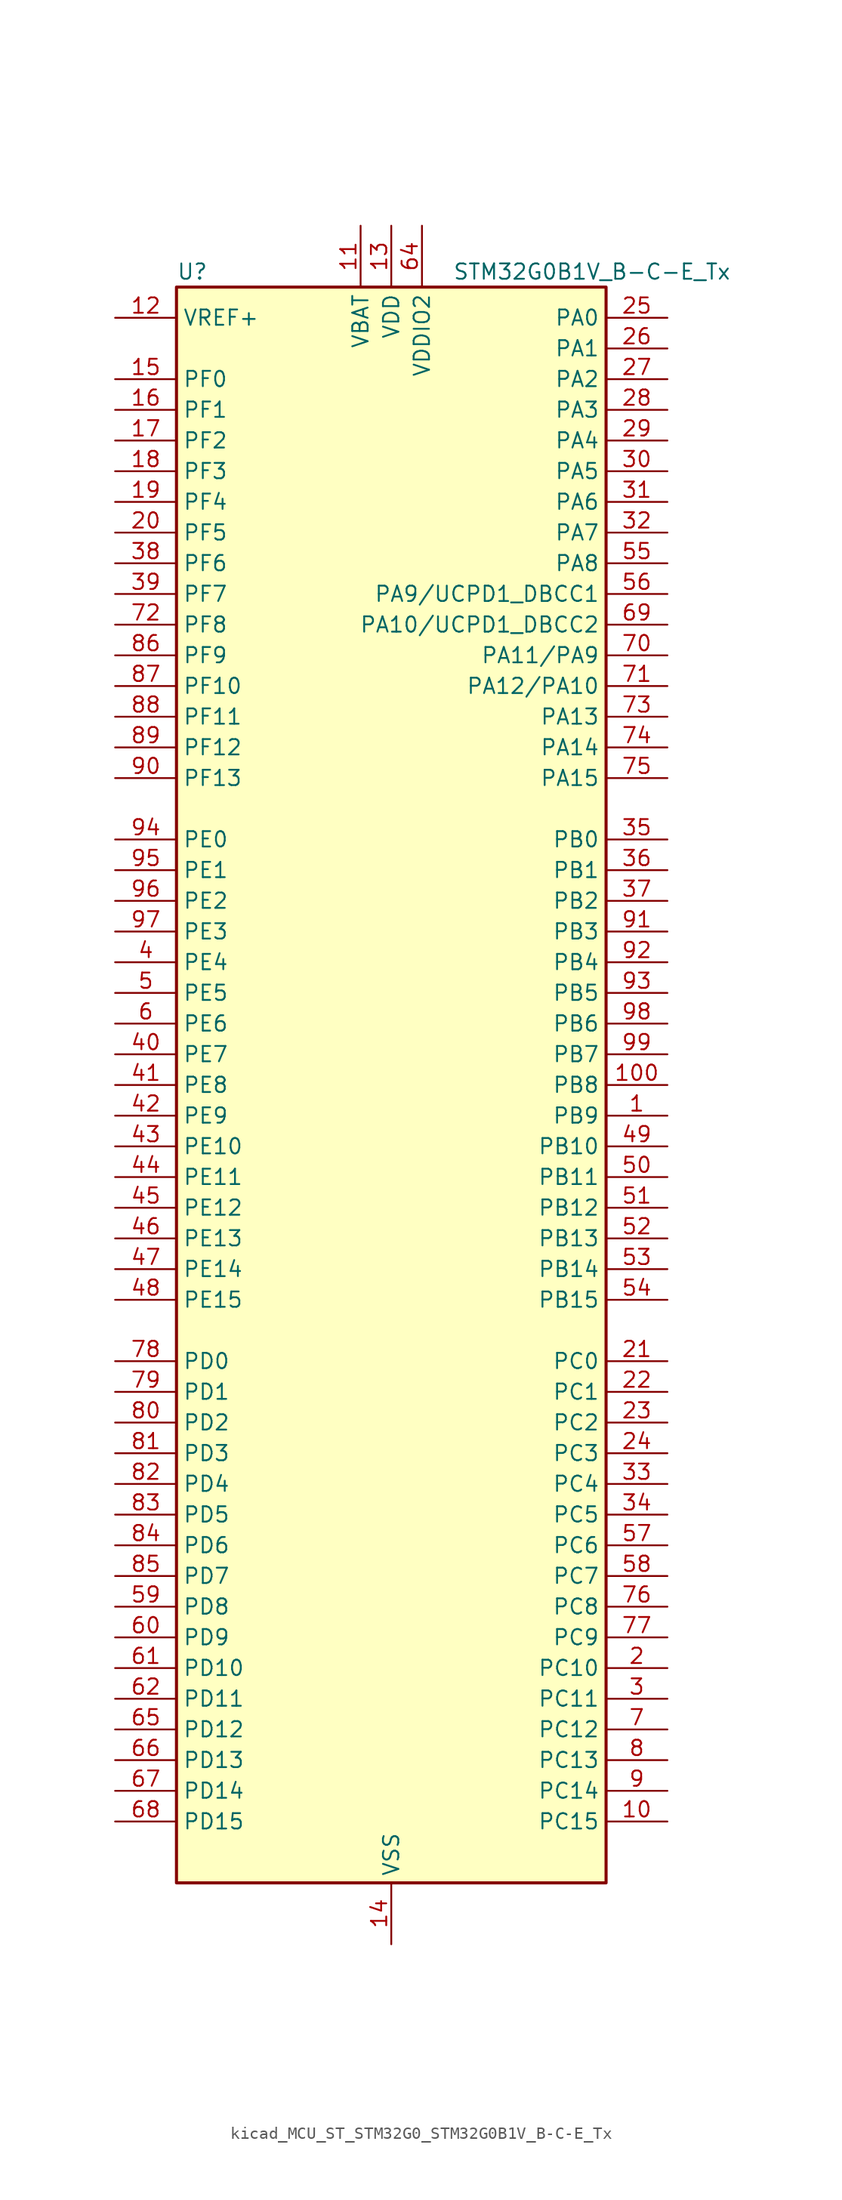
<source format=kicad_sym>
(kicad_symbol_lib
  (version 20220914)
  (generator kicad_symbol_editor)
  (symbol "kicad_MCU_ST_STM32G0_STM32G0B1V_B-C-E_Tx"
    (property "Reference" "U"
      (at -17.78 67.31 0)
      (effects (font (size 1.27 1.27)) (justify left)))
    (property "Value" "STM32G0B1V_B-C-E_Tx"
      (at 5.08 67.31 0)
      (effects (font (size 1.27 1.27)) (justify left)))
    (property "ki_locked" ""
      (at 0 0 0)
      (effects (font (size 1.27 1.27))))
    (symbol "kicad_MCU_ST_STM32G0_STM32G0B1V_B-C-E_Tx_0_1"
      (rectangle (start -17.78 -66.04) (end 17.78 66.04) (stroke (width 0.254) (type default)) (fill (type background))))
    (symbol "kicad_MCU_ST_STM32G0_STM32G0B1V_B-C-E_Tx_1_1"
      (pin bidirectional line (at 22.86 -2.54 180) (length 5.08) (name "PB9" (effects (font (size 1.27 1.27)))) (number "1" (effects (font (size 1.27 1.27)))) (alternate "DAC1_EXTI9" bidirectional line) (alternate "FDCAN1_TX" bidirectional line) (alternate "I2C1_SDA" bidirectional line) (alternate "I2S2_WS" bidirectional line) (alternate "IR_OUT" bidirectional line) (alternate "SPI2_NSS" bidirectional line) (alternate "TIM17_CH1" bidirectional line) (alternate "TIM4_CH4" bidirectional line) (alternate "UCPD2_FRSTX1" bidirectional line) (alternate "UCPD2_FRSTX2" bidirectional line) (alternate "USART3_RX" bidirectional line) (alternate "USART6_RX" bidirectional line))
      (pin bidirectional line (at 22.86 -60.96 180) (length 5.08) (name "PC15" (effects (font (size 1.27 1.27)))) (number "10" (effects (font (size 1.27 1.27)))) (alternate "RCC_OSC32_EN" bidirectional line) (alternate "RCC_OSC32_OUT" bidirectional line) (alternate "RCC_OSC_EN" bidirectional line) (alternate "TIM15_BK" bidirectional line))
      (pin bidirectional line (at 22.86 0 180) (length 5.08) (name "PB8" (effects (font (size 1.27 1.27)))) (number "100" (effects (font (size 1.27 1.27)))) (alternate "CEC" bidirectional line) (alternate "FDCAN1_RX" bidirectional line) (alternate "I2C1_SCL" bidirectional line) (alternate "I2S2_CK" bidirectional line) (alternate "SPI2_SCK" bidirectional line) (alternate "TIM15_BK" bidirectional line) (alternate "TIM16_CH1" bidirectional line) (alternate "TIM4_CH3" bidirectional line) (alternate "USART3_TX" bidirectional line) (alternate "USART6_TX" bidirectional line))
      (pin power_in line (at -2.54 71.12 270) (length 5.08) (name "VBAT" (effects (font (size 1.27 1.27)))) (number "11" (effects (font (size 1.27 1.27)))))
      (pin input line (at -22.86 63.5 0) (length 5.08) (name "VREF+" (effects (font (size 1.27 1.27)))) (number "12" (effects (font (size 1.27 1.27)))) (alternate "VREFBUF_OUT" bidirectional line))
      (pin power_in line (at 0 71.12 270) (length 5.08) (name "VDD" (effects (font (size 1.27 1.27)))) (number "13" (effects (font (size 1.27 1.27)))))
      (pin power_in line (at 0 -71.12 90) (length 5.08) (name "VSS" (effects (font (size 1.27 1.27)))) (number "14" (effects (font (size 1.27 1.27)))))
      (pin bidirectional line (at -22.86 58.42 0) (length 5.08) (name "PF0" (effects (font (size 1.27 1.27)))) (number "15" (effects (font (size 1.27 1.27)))) (alternate "CRS1_SYNC" bidirectional line) (alternate "RCC_OSC_IN" bidirectional line) (alternate "TIM14_CH1" bidirectional line))
      (pin bidirectional line (at -22.86 55.88 0) (length 5.08) (name "PF1" (effects (font (size 1.27 1.27)))) (number "16" (effects (font (size 1.27 1.27)))) (alternate "RCC_OSC_EN" bidirectional line) (alternate "RCC_OSC_OUT" bidirectional line) (alternate "TIM15_CH1N" bidirectional line))
      (pin bidirectional line (at -22.86 53.34 0) (length 5.08) (name "PF2" (effects (font (size 1.27 1.27)))) (number "17" (effects (font (size 1.27 1.27)))) (alternate "LPUART2_DE" bidirectional line) (alternate "LPUART2_RTS" bidirectional line) (alternate "LPUART2_TX" bidirectional line) (alternate "RCC_MCO" bidirectional line))
      (pin bidirectional line (at -22.86 50.8 0) (length 5.08) (name "PF3" (effects (font (size 1.27 1.27)))) (number "18" (effects (font (size 1.27 1.27)))) (alternate "LPUART2_RX" bidirectional line) (alternate "USART6_CK" bidirectional line) (alternate "USART6_DE" bidirectional line) (alternate "USART6_RTS" bidirectional line))
      (pin bidirectional line (at -22.86 48.26 0) (length 5.08) (name "PF4" (effects (font (size 1.27 1.27)))) (number "19" (effects (font (size 1.27 1.27)))) (alternate "LPUART1_TX" bidirectional line))
      (pin bidirectional line (at 22.86 -48.26 180) (length 5.08) (name "PC10" (effects (font (size 1.27 1.27)))) (number "2" (effects (font (size 1.27 1.27)))) (alternate "SPI3_SCK" bidirectional line) (alternate "TIM1_CH3" bidirectional line) (alternate "USART3_TX" bidirectional line) (alternate "USART4_TX" bidirectional line))
      (pin bidirectional line (at -22.86 45.72 0) (length 5.08) (name "PF5" (effects (font (size 1.27 1.27)))) (number "20" (effects (font (size 1.27 1.27)))) (alternate "LPUART1_RX" bidirectional line))
      (pin bidirectional line (at 22.86 -22.86 180) (length 5.08) (name "PC0" (effects (font (size 1.27 1.27)))) (number "21" (effects (font (size 1.27 1.27)))) (alternate "COMP3_INM" bidirectional line) (alternate "COMP3_OUT" bidirectional line) (alternate "I2C3_SCL" bidirectional line) (alternate "LPTIM1_IN1" bidirectional line) (alternate "LPTIM2_IN1" bidirectional line) (alternate "LPUART1_RX" bidirectional line) (alternate "LPUART2_TX" bidirectional line) (alternate "USART6_TX" bidirectional line))
      (pin bidirectional line (at 22.86 -25.4 180) (length 5.08) (name "PC1" (effects (font (size 1.27 1.27)))) (number "22" (effects (font (size 1.27 1.27)))) (alternate "COMP3_INP" bidirectional line) (alternate "I2C3_SDA" bidirectional line) (alternate "LPTIM1_OUT" bidirectional line) (alternate "LPUART1_TX" bidirectional line) (alternate "LPUART2_RX" bidirectional line) (alternate "TIM15_CH1" bidirectional line) (alternate "USART6_RX" bidirectional line))
      (pin bidirectional line (at 22.86 -27.94 180) (length 5.08) (name "PC2" (effects (font (size 1.27 1.27)))) (number "23" (effects (font (size 1.27 1.27)))) (alternate "COMP3_OUT" bidirectional line) (alternate "FDCAN2_RX" bidirectional line) (alternate "I2S2_MCK" bidirectional line) (alternate "LPTIM1_IN2" bidirectional line) (alternate "SPI2_MISO" bidirectional line) (alternate "TIM15_CH2" bidirectional line))
      (pin bidirectional line (at 22.86 -30.48 180) (length 5.08) (name "PC3" (effects (font (size 1.27 1.27)))) (number "24" (effects (font (size 1.27 1.27)))) (alternate "FDCAN2_TX" bidirectional line) (alternate "I2S2_SD" bidirectional line) (alternate "LPTIM1_ETR" bidirectional line) (alternate "LPTIM2_ETR" bidirectional line) (alternate "SPI2_MOSI" bidirectional line))
      (pin bidirectional line (at 22.86 63.5 180) (length 5.08) (name "PA0" (effects (font (size 1.27 1.27)))) (number "25" (effects (font (size 1.27 1.27)))) (alternate "ADC1_IN0" bidirectional line) (alternate "COMP1_INM" bidirectional line) (alternate "COMP1_OUT" bidirectional line) (alternate "I2S2_CK" bidirectional line) (alternate "LPTIM1_OUT" bidirectional line) (alternate "RTC_TAMP_IN2" bidirectional line) (alternate "SPI2_SCK" bidirectional line) (alternate "SYS_WKUP1" bidirectional line) (alternate "TIM2_CH1" bidirectional line) (alternate "TIM2_ETR" bidirectional line) (alternate "UCPD2_FRSTX1" bidirectional line) (alternate "UCPD2_FRSTX2" bidirectional line) (alternate "USART2_CTS" bidirectional line) (alternate "USART2_NSS" bidirectional line) (alternate "USART4_TX" bidirectional line))
      (pin bidirectional line (at 22.86 60.96 180) (length 5.08) (name "PA1" (effects (font (size 1.27 1.27)))) (number "26" (effects (font (size 1.27 1.27)))) (alternate "ADC1_IN1" bidirectional line) (alternate "COMP1_INP" bidirectional line) (alternate "I2C1_SMBA" bidirectional line) (alternate "I2S1_CK" bidirectional line) (alternate "SPI1_SCK" bidirectional line) (alternate "TIM15_CH1N" bidirectional line) (alternate "TIM2_CH2" bidirectional line) (alternate "USART2_CK" bidirectional line) (alternate "USART2_DE" bidirectional line) (alternate "USART2_RTS" bidirectional line) (alternate "USART4_RX" bidirectional line))
      (pin bidirectional line (at 22.86 58.42 180) (length 5.08) (name "PA2" (effects (font (size 1.27 1.27)))) (number "27" (effects (font (size 1.27 1.27)))) (alternate "ADC1_IN2" bidirectional line) (alternate "COMP2_INM" bidirectional line) (alternate "COMP2_OUT" bidirectional line) (alternate "I2S1_SD" bidirectional line) (alternate "LPUART1_TX" bidirectional line) (alternate "RCC_LSCO" bidirectional line) (alternate "SPI1_MOSI" bidirectional line) (alternate "SYS_WKUP4" bidirectional line) (alternate "TIM15_CH1" bidirectional line) (alternate "TIM2_CH3" bidirectional line) (alternate "UCPD1_FRSTX1" bidirectional line) (alternate "UCPD1_FRSTX2" bidirectional line) (alternate "USART2_TX" bidirectional line))
      (pin bidirectional line (at 22.86 55.88 180) (length 5.08) (name "PA3" (effects (font (size 1.27 1.27)))) (number "28" (effects (font (size 1.27 1.27)))) (alternate "ADC1_IN3" bidirectional line) (alternate "COMP2_INP" bidirectional line) (alternate "I2S2_MCK" bidirectional line) (alternate "LPUART1_RX" bidirectional line) (alternate "SPI2_MISO" bidirectional line) (alternate "TIM15_CH2" bidirectional line) (alternate "TIM2_CH4" bidirectional line) (alternate "UCPD2_FRSTX1" bidirectional line) (alternate "UCPD2_FRSTX2" bidirectional line) (alternate "USART2_RX" bidirectional line))
      (pin bidirectional line (at 22.86 53.34 180) (length 5.08) (name "PA4" (effects (font (size 1.27 1.27)))) (number "29" (effects (font (size 1.27 1.27)))) (alternate "ADC1_IN4" bidirectional line) (alternate "DAC1_OUT1" bidirectional line) (alternate "I2S1_WS" bidirectional line) (alternate "I2S2_SD" bidirectional line) (alternate "LPTIM2_OUT" bidirectional line) (alternate "RTC_OUT2" bidirectional line) (alternate "SPI1_NSS" bidirectional line) (alternate "SPI2_MOSI" bidirectional line) (alternate "SPI3_NSS" bidirectional line) (alternate "TIM14_CH1" bidirectional line) (alternate "UCPD2_FRSTX1" bidirectional line) (alternate "UCPD2_FRSTX2" bidirectional line) (alternate "USART6_TX" bidirectional line) (alternate "USB_NOE" bidirectional line))
      (pin bidirectional line (at 22.86 -50.8 180) (length 5.08) (name "PC11" (effects (font (size 1.27 1.27)))) (number "3" (effects (font (size 1.27 1.27)))) (alternate "ADC1_EXTI11" bidirectional line) (alternate "SPI3_MISO" bidirectional line) (alternate "TIM1_CH4" bidirectional line) (alternate "USART3_RX" bidirectional line) (alternate "USART4_RX" bidirectional line))
      (pin bidirectional line (at 22.86 50.8 180) (length 5.08) (name "PA5" (effects (font (size 1.27 1.27)))) (number "30" (effects (font (size 1.27 1.27)))) (alternate "ADC1_IN5" bidirectional line) (alternate "CEC" bidirectional line) (alternate "DAC1_OUT2" bidirectional line) (alternate "I2S1_CK" bidirectional line) (alternate "LPTIM2_ETR" bidirectional line) (alternate "SPI1_SCK" bidirectional line) (alternate "TIM2_CH1" bidirectional line) (alternate "TIM2_ETR" bidirectional line) (alternate "UCPD1_FRSTX1" bidirectional line) (alternate "UCPD1_FRSTX2" bidirectional line) (alternate "USART3_TX" bidirectional line) (alternate "USART6_RX" bidirectional line))
      (pin bidirectional line (at 22.86 48.26 180) (length 5.08) (name "PA6" (effects (font (size 1.27 1.27)))) (number "31" (effects (font (size 1.27 1.27)))) (alternate "ADC1_IN6" bidirectional line) (alternate "COMP1_OUT" bidirectional line) (alternate "I2C2_SDA" bidirectional line) (alternate "I2C3_SDA" bidirectional line) (alternate "I2S1_MCK" bidirectional line) (alternate "LPUART1_CTS" bidirectional line) (alternate "SPI1_MISO" bidirectional line) (alternate "TIM16_CH1" bidirectional line) (alternate "TIM1_BK" bidirectional line) (alternate "TIM3_CH1" bidirectional line) (alternate "USART3_CTS" bidirectional line) (alternate "USART3_NSS" bidirectional line) (alternate "USART6_CTS" bidirectional line) (alternate "USART6_NSS" bidirectional line))
      (pin bidirectional line (at 22.86 45.72 180) (length 5.08) (name "PA7" (effects (font (size 1.27 1.27)))) (number "32" (effects (font (size 1.27 1.27)))) (alternate "ADC1_IN7" bidirectional line) (alternate "COMP2_OUT" bidirectional line) (alternate "I2C2_SCL" bidirectional line) (alternate "I2C3_SCL" bidirectional line) (alternate "I2S1_SD" bidirectional line) (alternate "SPI1_MOSI" bidirectional line) (alternate "TIM14_CH1" bidirectional line) (alternate "TIM17_CH1" bidirectional line) (alternate "TIM1_CH1N" bidirectional line) (alternate "TIM3_CH2" bidirectional line) (alternate "UCPD1_FRSTX1" bidirectional line) (alternate "UCPD1_FRSTX2" bidirectional line) (alternate "USART6_CK" bidirectional line) (alternate "USART6_DE" bidirectional line) (alternate "USART6_RTS" bidirectional line))
      (pin bidirectional line (at 22.86 -33.02 180) (length 5.08) (name "PC4" (effects (font (size 1.27 1.27)))) (number "33" (effects (font (size 1.27 1.27)))) (alternate "ADC1_IN17" bidirectional line) (alternate "COMP1_INM" bidirectional line) (alternate "FDCAN1_RX" bidirectional line) (alternate "TIM2_CH1" bidirectional line) (alternate "TIM2_ETR" bidirectional line) (alternate "USART1_TX" bidirectional line) (alternate "USART3_TX" bidirectional line))
      (pin bidirectional line (at 22.86 -35.56 180) (length 5.08) (name "PC5" (effects (font (size 1.27 1.27)))) (number "34" (effects (font (size 1.27 1.27)))) (alternate "ADC1_IN18" bidirectional line) (alternate "COMP1_INP" bidirectional line) (alternate "FDCAN1_TX" bidirectional line) (alternate "SYS_WKUP5" bidirectional line) (alternate "TIM2_CH2" bidirectional line) (alternate "USART1_RX" bidirectional line) (alternate "USART3_RX" bidirectional line))
      (pin bidirectional line (at 22.86 20.32 180) (length 5.08) (name "PB0" (effects (font (size 1.27 1.27)))) (number "35" (effects (font (size 1.27 1.27)))) (alternate "ADC1_IN8" bidirectional line) (alternate "COMP1_OUT" bidirectional line) (alternate "COMP3_INP" bidirectional line) (alternate "FDCAN2_RX" bidirectional line) (alternate "I2S1_WS" bidirectional line) (alternate "LPTIM1_OUT" bidirectional line) (alternate "LPUART2_CTS" bidirectional line) (alternate "SPI1_NSS" bidirectional line) (alternate "TIM1_CH2N" bidirectional line) (alternate "TIM3_CH3" bidirectional line) (alternate "UCPD1_FRSTX1" bidirectional line) (alternate "UCPD1_FRSTX2" bidirectional line) (alternate "USART3_RX" bidirectional line) (alternate "USART5_TX" bidirectional line))
      (pin bidirectional line (at 22.86 17.78 180) (length 5.08) (name "PB1" (effects (font (size 1.27 1.27)))) (number "36" (effects (font (size 1.27 1.27)))) (alternate "ADC1_IN9" bidirectional line) (alternate "COMP1_INM" bidirectional line) (alternate "COMP3_OUT" bidirectional line) (alternate "FDCAN2_TX" bidirectional line) (alternate "LPTIM2_IN1" bidirectional line) (alternate "LPUART1_DE" bidirectional line) (alternate "LPUART1_RTS" bidirectional line) (alternate "LPUART2_DE" bidirectional line) (alternate "LPUART2_RTS" bidirectional line) (alternate "TIM14_CH1" bidirectional line) (alternate "TIM1_CH3N" bidirectional line) (alternate "TIM3_CH4" bidirectional line) (alternate "USART3_CK" bidirectional line) (alternate "USART3_DE" bidirectional line) (alternate "USART3_RTS" bidirectional line) (alternate "USART5_RX" bidirectional line))
      (pin bidirectional line (at 22.86 15.24 180) (length 5.08) (name "PB2" (effects (font (size 1.27 1.27)))) (number "37" (effects (font (size 1.27 1.27)))) (alternate "ADC1_IN10" bidirectional line) (alternate "COMP1_INP" bidirectional line) (alternate "COMP3_INM" bidirectional line) (alternate "I2S2_MCK" bidirectional line) (alternate "LPTIM1_OUT" bidirectional line) (alternate "RCC_MCO_2" bidirectional line) (alternate "SPI2_MISO" bidirectional line) (alternate "USART3_TX" bidirectional line))
      (pin bidirectional line (at -22.86 43.18 0) (length 5.08) (name "PF6" (effects (font (size 1.27 1.27)))) (number "38" (effects (font (size 1.27 1.27)))) (alternate "LPUART1_DE" bidirectional line) (alternate "LPUART1_RTS" bidirectional line))
      (pin bidirectional line (at -22.86 40.64 0) (length 5.08) (name "PF7" (effects (font (size 1.27 1.27)))) (number "39" (effects (font (size 1.27 1.27)))) (alternate "LPUART1_CTS" bidirectional line) (alternate "USART5_CTS" bidirectional line) (alternate "USART5_NSS" bidirectional line))
      (pin bidirectional line (at -22.86 10.16 0) (length 5.08) (name "PE4" (effects (font (size 1.27 1.27)))) (number "4" (effects (font (size 1.27 1.27)))) (alternate "TIM3_CH2" bidirectional line))
      (pin bidirectional line (at -22.86 2.54 0) (length 5.08) (name "PE7" (effects (font (size 1.27 1.27)))) (number "40" (effects (font (size 1.27 1.27)))) (alternate "COMP3_INP" bidirectional line) (alternate "TIM1_ETR" bidirectional line) (alternate "USART5_CK" bidirectional line) (alternate "USART5_DE" bidirectional line) (alternate "USART5_RTS" bidirectional line))
      (pin bidirectional line (at -22.86 0 0) (length 5.08) (name "PE8" (effects (font (size 1.27 1.27)))) (number "41" (effects (font (size 1.27 1.27)))) (alternate "COMP3_INM" bidirectional line) (alternate "TIM1_CH1N" bidirectional line) (alternate "USART4_TX" bidirectional line))
      (pin bidirectional line (at -22.86 -2.54 0) (length 5.08) (name "PE9" (effects (font (size 1.27 1.27)))) (number "42" (effects (font (size 1.27 1.27)))) (alternate "DAC1_EXTI9" bidirectional line) (alternate "TIM1_CH1" bidirectional line) (alternate "USART4_RX" bidirectional line))
      (pin bidirectional line (at -22.86 -5.08 0) (length 5.08) (name "PE10" (effects (font (size 1.27 1.27)))) (number "43" (effects (font (size 1.27 1.27)))) (alternate "TIM1_CH2N" bidirectional line) (alternate "USART5_TX" bidirectional line))
      (pin bidirectional line (at -22.86 -7.62 0) (length 5.08) (name "PE11" (effects (font (size 1.27 1.27)))) (number "44" (effects (font (size 1.27 1.27)))) (alternate "ADC1_EXTI11" bidirectional line) (alternate "TIM1_CH2" bidirectional line) (alternate "USART5_RX" bidirectional line))
      (pin bidirectional line (at -22.86 -10.16 0) (length 5.08) (name "PE12" (effects (font (size 1.27 1.27)))) (number "45" (effects (font (size 1.27 1.27)))) (alternate "I2S1_WS" bidirectional line) (alternate "SPI1_NSS" bidirectional line) (alternate "TIM1_CH3N" bidirectional line))
      (pin bidirectional line (at -22.86 -12.7 0) (length 5.08) (name "PE13" (effects (font (size 1.27 1.27)))) (number "46" (effects (font (size 1.27 1.27)))) (alternate "I2S1_CK" bidirectional line) (alternate "SPI1_SCK" bidirectional line) (alternate "TIM1_CH3" bidirectional line))
      (pin bidirectional line (at -22.86 -15.24 0) (length 5.08) (name "PE14" (effects (font (size 1.27 1.27)))) (number "47" (effects (font (size 1.27 1.27)))) (alternate "I2S1_MCK" bidirectional line) (alternate "SPI1_MISO" bidirectional line) (alternate "TIM1_BK2" bidirectional line) (alternate "TIM1_CH4" bidirectional line))
      (pin bidirectional line (at -22.86 -17.78 0) (length 5.08) (name "PE15" (effects (font (size 1.27 1.27)))) (number "48" (effects (font (size 1.27 1.27)))) (alternate "I2S1_SD" bidirectional line) (alternate "SPI1_MOSI" bidirectional line) (alternate "TIM1_BK" bidirectional line))
      (pin bidirectional line (at 22.86 -5.08 180) (length 5.08) (name "PB10" (effects (font (size 1.27 1.27)))) (number "49" (effects (font (size 1.27 1.27)))) (alternate "ADC1_IN11" bidirectional line) (alternate "CEC" bidirectional line) (alternate "COMP1_OUT" bidirectional line) (alternate "I2C2_SCL" bidirectional line) (alternate "I2S2_CK" bidirectional line) (alternate "LPUART1_RX" bidirectional line) (alternate "SPI2_SCK" bidirectional line) (alternate "TIM2_CH3" bidirectional line) (alternate "USART3_TX" bidirectional line))
      (pin bidirectional line (at -22.86 7.62 0) (length 5.08) (name "PE5" (effects (font (size 1.27 1.27)))) (number "5" (effects (font (size 1.27 1.27)))) (alternate "TIM3_CH3" bidirectional line))
      (pin bidirectional line (at 22.86 -7.62 180) (length 5.08) (name "PB11" (effects (font (size 1.27 1.27)))) (number "50" (effects (font (size 1.27 1.27)))) (alternate "ADC1_EXTI11" bidirectional line) (alternate "ADC1_IN15" bidirectional line) (alternate "COMP2_OUT" bidirectional line) (alternate "I2C2_SDA" bidirectional line) (alternate "I2S2_SD" bidirectional line) (alternate "LPUART1_TX" bidirectional line) (alternate "SPI2_MOSI" bidirectional line) (alternate "TIM2_CH4" bidirectional line) (alternate "USART3_RX" bidirectional line))
      (pin bidirectional line (at 22.86 -10.16 180) (length 5.08) (name "PB12" (effects (font (size 1.27 1.27)))) (number "51" (effects (font (size 1.27 1.27)))) (alternate "ADC1_IN16" bidirectional line) (alternate "FDCAN2_RX" bidirectional line) (alternate "I2C2_SMBA" bidirectional line) (alternate "I2S2_WS" bidirectional line) (alternate "LPUART1_DE" bidirectional line) (alternate "LPUART1_RTS" bidirectional line) (alternate "SPI2_NSS" bidirectional line) (alternate "TIM15_BK" bidirectional line) (alternate "TIM1_BK" bidirectional line) (alternate "UCPD2_FRSTX1" bidirectional line) (alternate "UCPD2_FRSTX2" bidirectional line))
      (pin bidirectional line (at 22.86 -12.7 180) (length 5.08) (name "PB13" (effects (font (size 1.27 1.27)))) (number "52" (effects (font (size 1.27 1.27)))) (alternate "FDCAN2_TX" bidirectional line) (alternate "I2C2_SCL" bidirectional line) (alternate "I2S2_CK" bidirectional line) (alternate "LPUART1_CTS" bidirectional line) (alternate "SPI2_SCK" bidirectional line) (alternate "TIM15_CH1N" bidirectional line) (alternate "TIM1_CH1N" bidirectional line) (alternate "USART3_CTS" bidirectional line) (alternate "USART3_NSS" bidirectional line))
      (pin bidirectional line (at 22.86 -15.24 180) (length 5.08) (name "PB14" (effects (font (size 1.27 1.27)))) (number "53" (effects (font (size 1.27 1.27)))) (alternate "I2C2_SDA" bidirectional line) (alternate "I2S2_MCK" bidirectional line) (alternate "SPI2_MISO" bidirectional line) (alternate "TIM15_CH1" bidirectional line) (alternate "TIM1_CH2N" bidirectional line) (alternate "UCPD1_FRSTX1" bidirectional line) (alternate "UCPD1_FRSTX2" bidirectional line) (alternate "USART3_CK" bidirectional line) (alternate "USART3_DE" bidirectional line) (alternate "USART3_RTS" bidirectional line) (alternate "USART6_CK" bidirectional line) (alternate "USART6_DE" bidirectional line) (alternate "USART6_RTS" bidirectional line))
      (pin bidirectional line (at 22.86 -17.78 180) (length 5.08) (name "PB15" (effects (font (size 1.27 1.27)))) (number "54" (effects (font (size 1.27 1.27)))) (alternate "I2S2_SD" bidirectional line) (alternate "RTC_REFIN" bidirectional line) (alternate "SPI2_MOSI" bidirectional line) (alternate "TIM15_CH1N" bidirectional line) (alternate "TIM15_CH2" bidirectional line) (alternate "TIM1_CH3N" bidirectional line) (alternate "UCPD1_CC2" bidirectional line) (alternate "USART6_CTS" bidirectional line) (alternate "USART6_NSS" bidirectional line))
      (pin bidirectional line (at 22.86 43.18 180) (length 5.08) (name "PA8" (effects (font (size 1.27 1.27)))) (number "55" (effects (font (size 1.27 1.27)))) (alternate "CRS1_SYNC" bidirectional line) (alternate "I2C2_SMBA" bidirectional line) (alternate "I2S2_WS" bidirectional line) (alternate "LPTIM2_OUT" bidirectional line) (alternate "RCC_MCO" bidirectional line) (alternate "SPI2_NSS" bidirectional line) (alternate "TIM1_CH1" bidirectional line) (alternate "UCPD1_CC1" bidirectional line))
      (pin bidirectional line (at 22.86 40.64 180) (length 5.08) (name "PA9/UCPD1_DBCC1" (effects (font (size 1.27 1.27)))) (number "56" (effects (font (size 1.27 1.27)))) (alternate "DAC1_EXTI9" bidirectional line) (alternate "I2C1_SCL" bidirectional line) (alternate "I2C2_SCL" bidirectional line) (alternate "I2S2_MCK" bidirectional line) (alternate "RCC_MCO" bidirectional line) (alternate "SPI2_MISO" bidirectional line) (alternate "TIM15_BK" bidirectional line) (alternate "TIM1_CH2" bidirectional line) (alternate "UCPD1_DBCC1" bidirectional line) (alternate "USART1_TX" bidirectional line))
      (pin bidirectional line (at 22.86 -38.1 180) (length 5.08) (name "PC6" (effects (font (size 1.27 1.27)))) (number "57" (effects (font (size 1.27 1.27)))) (alternate "LPUART2_TX" bidirectional line) (alternate "TIM2_CH3" bidirectional line) (alternate "TIM3_CH1" bidirectional line) (alternate "UCPD1_FRSTX1" bidirectional line) (alternate "UCPD1_FRSTX2" bidirectional line))
      (pin bidirectional line (at 22.86 -40.64 180) (length 5.08) (name "PC7" (effects (font (size 1.27 1.27)))) (number "58" (effects (font (size 1.27 1.27)))) (alternate "LPUART2_RX" bidirectional line) (alternate "TIM2_CH4" bidirectional line) (alternate "TIM3_CH2" bidirectional line) (alternate "UCPD2_FRSTX1" bidirectional line) (alternate "UCPD2_FRSTX2" bidirectional line))
      (pin bidirectional line (at -22.86 -43.18 0) (length 5.08) (name "PD8" (effects (font (size 1.27 1.27)))) (number "59" (effects (font (size 1.27 1.27)))) (alternate "I2S1_CK" bidirectional line) (alternate "LPTIM1_OUT" bidirectional line) (alternate "SPI1_SCK" bidirectional line) (alternate "USART3_TX" bidirectional line))
      (pin bidirectional line (at -22.86 5.08 0) (length 5.08) (name "PE6" (effects (font (size 1.27 1.27)))) (number "6" (effects (font (size 1.27 1.27)))) (alternate "RTC_TAMP_IN3" bidirectional line) (alternate "SYS_WKUP3" bidirectional line) (alternate "TIM3_CH4" bidirectional line))
      (pin bidirectional line (at -22.86 -45.72 0) (length 5.08) (name "PD9" (effects (font (size 1.27 1.27)))) (number "60" (effects (font (size 1.27 1.27)))) (alternate "DAC1_EXTI9" bidirectional line) (alternate "I2S1_WS" bidirectional line) (alternate "SPI1_NSS" bidirectional line) (alternate "TIM1_BK2" bidirectional line) (alternate "USART3_RX" bidirectional line))
      (pin bidirectional line (at -22.86 -48.26 0) (length 5.08) (name "PD10" (effects (font (size 1.27 1.27)))) (number "61" (effects (font (size 1.27 1.27)))) (alternate "RCC_MCO" bidirectional line))
      (pin bidirectional line (at -22.86 -50.8 0) (length 5.08) (name "PD11" (effects (font (size 1.27 1.27)))) (number "62" (effects (font (size 1.27 1.27)))) (alternate "ADC1_EXTI11" bidirectional line) (alternate "LPTIM2_ETR" bidirectional line) (alternate "USART3_CTS" bidirectional line) (alternate "USART3_NSS" bidirectional line))
      (pin passive line (at 0 -71.12 90) (length 5.08) hide (name "VSS" (effects (font (size 1.27 1.27)))) (number "63" (effects (font (size 1.27 1.27)))))
      (pin power_in line (at 2.54 71.12 270) (length 5.08) (name "VDDIO2" (effects (font (size 1.27 1.27)))) (number "64" (effects (font (size 1.27 1.27)))))
      (pin bidirectional line (at -22.86 -53.34 0) (length 5.08) (name "PD12" (effects (font (size 1.27 1.27)))) (number "65" (effects (font (size 1.27 1.27)))) (alternate "FDCAN1_RX" bidirectional line) (alternate "LPTIM2_IN1" bidirectional line) (alternate "TIM4_CH1" bidirectional line) (alternate "USART3_CK" bidirectional line) (alternate "USART3_DE" bidirectional line) (alternate "USART3_RTS" bidirectional line))
      (pin bidirectional line (at -22.86 -55.88 0) (length 5.08) (name "PD13" (effects (font (size 1.27 1.27)))) (number "66" (effects (font (size 1.27 1.27)))) (alternate "FDCAN1_TX" bidirectional line) (alternate "LPTIM2_OUT" bidirectional line) (alternate "TIM4_CH2" bidirectional line))
      (pin bidirectional line (at -22.86 -58.42 0) (length 5.08) (name "PD14" (effects (font (size 1.27 1.27)))) (number "67" (effects (font (size 1.27 1.27)))) (alternate "FDCAN2_RX" bidirectional line) (alternate "LPUART2_CTS" bidirectional line) (alternate "TIM4_CH3" bidirectional line))
      (pin bidirectional line (at -22.86 -60.96 0) (length 5.08) (name "PD15" (effects (font (size 1.27 1.27)))) (number "68" (effects (font (size 1.27 1.27)))) (alternate "CRS1_SYNC" bidirectional line) (alternate "FDCAN2_TX" bidirectional line) (alternate "LPUART2_DE" bidirectional line) (alternate "LPUART2_RTS" bidirectional line) (alternate "TIM4_CH4" bidirectional line))
      (pin bidirectional line (at 22.86 38.1 180) (length 5.08) (name "PA10/UCPD1_DBCC2" (effects (font (size 1.27 1.27)))) (number "69" (effects (font (size 1.27 1.27)))) (alternate "I2C1_SDA" bidirectional line) (alternate "I2C2_SDA" bidirectional line) (alternate "I2S2_SD" bidirectional line) (alternate "RCC_MCO_2" bidirectional line) (alternate "SPI2_MOSI" bidirectional line) (alternate "TIM17_BK" bidirectional line) (alternate "TIM1_CH3" bidirectional line) (alternate "UCPD1_DBCC2" bidirectional line) (alternate "USART1_RX" bidirectional line))
      (pin bidirectional line (at 22.86 -53.34 180) (length 5.08) (name "PC12" (effects (font (size 1.27 1.27)))) (number "7" (effects (font (size 1.27 1.27)))) (alternate "LPTIM1_IN1" bidirectional line) (alternate "SPI3_MOSI" bidirectional line) (alternate "TIM14_CH1" bidirectional line) (alternate "UCPD1_FRSTX1" bidirectional line) (alternate "UCPD1_FRSTX2" bidirectional line) (alternate "USART5_TX" bidirectional line))
      (pin bidirectional line (at 22.86 35.56 180) (length 5.08) (name "PA11/PA9" (effects (font (size 1.27 1.27)))) (number "70" (effects (font (size 1.27 1.27)))) (alternate "ADC1_EXTI11" bidirectional line) (alternate "COMP1_OUT" bidirectional line) (alternate "FDCAN1_RX" bidirectional line) (alternate "I2C2_SCL" bidirectional line) (alternate "I2S1_MCK" bidirectional line) (alternate "SPI1_MISO" bidirectional line) (alternate "TIM1_BK2" bidirectional line) (alternate "TIM1_CH4" bidirectional line) (alternate "USART1_CTS" bidirectional line) (alternate "USART1_NSS" bidirectional line) (alternate "USB_DM" bidirectional line))
      (pin bidirectional line (at 22.86 33.02 180) (length 5.08) (name "PA12/PA10" (effects (font (size 1.27 1.27)))) (number "71" (effects (font (size 1.27 1.27)))) (alternate "COMP2_OUT" bidirectional line) (alternate "FDCAN1_TX" bidirectional line) (alternate "I2C2_SDA" bidirectional line) (alternate "I2S1_SD" bidirectional line) (alternate "I2S_CKIN" bidirectional line) (alternate "SPI1_MOSI" bidirectional line) (alternate "TIM1_ETR" bidirectional line) (alternate "USART1_CK" bidirectional line) (alternate "USART1_DE" bidirectional line) (alternate "USART1_RTS" bidirectional line) (alternate "USB_DP" bidirectional line))
      (pin bidirectional line (at -22.86 38.1 0) (length 5.08) (name "PF8" (effects (font (size 1.27 1.27)))) (number "72" (effects (font (size 1.27 1.27)))))
      (pin bidirectional line (at 22.86 30.48 180) (length 5.08) (name "PA13" (effects (font (size 1.27 1.27)))) (number "73" (effects (font (size 1.27 1.27)))) (alternate "IR_OUT" bidirectional line) (alternate "LPUART2_RX" bidirectional line) (alternate "SYS_SWDIO" bidirectional line) (alternate "USB_NOE" bidirectional line))
      (pin bidirectional line (at 22.86 27.94 180) (length 5.08) (name "PA14" (effects (font (size 1.27 1.27)))) (number "74" (effects (font (size 1.27 1.27)))) (alternate "LPUART2_TX" bidirectional line) (alternate "SYS_SWCLK" bidirectional line) (alternate "USART2_TX" bidirectional line))
      (pin bidirectional line (at 22.86 25.4 180) (length 5.08) (name "PA15" (effects (font (size 1.27 1.27)))) (number "75" (effects (font (size 1.27 1.27)))) (alternate "I2C2_SMBA" bidirectional line) (alternate "I2S1_WS" bidirectional line) (alternate "RCC_MCO_2" bidirectional line) (alternate "SPI1_NSS" bidirectional line) (alternate "SPI3_NSS" bidirectional line) (alternate "TIM2_CH1" bidirectional line) (alternate "TIM2_ETR" bidirectional line) (alternate "USART2_RX" bidirectional line) (alternate "USART3_CK" bidirectional line) (alternate "USART3_DE" bidirectional line) (alternate "USART3_RTS" bidirectional line) (alternate "USART4_CK" bidirectional line) (alternate "USART4_DE" bidirectional line) (alternate "USART4_RTS" bidirectional line) (alternate "USB_NOE" bidirectional line))
      (pin bidirectional line (at 22.86 -43.18 180) (length 5.08) (name "PC8" (effects (font (size 1.27 1.27)))) (number "76" (effects (font (size 1.27 1.27)))) (alternate "LPUART2_CTS" bidirectional line) (alternate "TIM1_CH1" bidirectional line) (alternate "TIM3_CH3" bidirectional line) (alternate "UCPD2_FRSTX1" bidirectional line) (alternate "UCPD2_FRSTX2" bidirectional line))
      (pin bidirectional line (at 22.86 -45.72 180) (length 5.08) (name "PC9" (effects (font (size 1.27 1.27)))) (number "77" (effects (font (size 1.27 1.27)))) (alternate "DAC1_EXTI9" bidirectional line) (alternate "I2S_CKIN" bidirectional line) (alternate "LPUART2_DE" bidirectional line) (alternate "LPUART2_RTS" bidirectional line) (alternate "TIM1_CH2" bidirectional line) (alternate "TIM3_CH4" bidirectional line) (alternate "USB_NOE" bidirectional line))
      (pin bidirectional line (at -22.86 -22.86 0) (length 5.08) (name "PD0" (effects (font (size 1.27 1.27)))) (number "78" (effects (font (size 1.27 1.27)))) (alternate "FDCAN1_RX" bidirectional line) (alternate "I2S2_WS" bidirectional line) (alternate "SPI2_NSS" bidirectional line) (alternate "TIM16_CH1" bidirectional line) (alternate "UCPD2_CC1" bidirectional line))
      (pin bidirectional line (at -22.86 -25.4 0) (length 5.08) (name "PD1" (effects (font (size 1.27 1.27)))) (number "79" (effects (font (size 1.27 1.27)))) (alternate "FDCAN1_TX" bidirectional line) (alternate "I2S2_CK" bidirectional line) (alternate "SPI2_SCK" bidirectional line) (alternate "TIM17_CH1" bidirectional line) (alternate "UCPD2_DBCC1" bidirectional line))
      (pin bidirectional line (at 22.86 -55.88 180) (length 5.08) (name "PC13" (effects (font (size 1.27 1.27)))) (number "8" (effects (font (size 1.27 1.27)))) (alternate "RTC_OUT1" bidirectional line) (alternate "RTC_TAMP_IN1" bidirectional line) (alternate "RTC_TS" bidirectional line) (alternate "SYS_WKUP2" bidirectional line) (alternate "TIM1_BK" bidirectional line))
      (pin bidirectional line (at -22.86 -27.94 0) (length 5.08) (name "PD2" (effects (font (size 1.27 1.27)))) (number "80" (effects (font (size 1.27 1.27)))) (alternate "TIM1_CH1N" bidirectional line) (alternate "TIM3_ETR" bidirectional line) (alternate "UCPD2_CC2" bidirectional line) (alternate "USART3_CK" bidirectional line) (alternate "USART3_DE" bidirectional line) (alternate "USART3_RTS" bidirectional line) (alternate "USART5_RX" bidirectional line))
      (pin bidirectional line (at -22.86 -30.48 0) (length 5.08) (name "PD3" (effects (font (size 1.27 1.27)))) (number "81" (effects (font (size 1.27 1.27)))) (alternate "I2S2_MCK" bidirectional line) (alternate "SPI2_MISO" bidirectional line) (alternate "TIM1_CH2N" bidirectional line) (alternate "UCPD2_DBCC2" bidirectional line) (alternate "USART2_CTS" bidirectional line) (alternate "USART2_NSS" bidirectional line) (alternate "USART5_TX" bidirectional line))
      (pin bidirectional line (at -22.86 -33.02 0) (length 5.08) (name "PD4" (effects (font (size 1.27 1.27)))) (number "82" (effects (font (size 1.27 1.27)))) (alternate "I2S2_SD" bidirectional line) (alternate "SPI2_MOSI" bidirectional line) (alternate "TIM1_CH3N" bidirectional line) (alternate "USART2_CK" bidirectional line) (alternate "USART2_DE" bidirectional line) (alternate "USART2_RTS" bidirectional line) (alternate "USART5_CK" bidirectional line) (alternate "USART5_DE" bidirectional line) (alternate "USART5_RTS" bidirectional line))
      (pin bidirectional line (at -22.86 -35.56 0) (length 5.08) (name "PD5" (effects (font (size 1.27 1.27)))) (number "83" (effects (font (size 1.27 1.27)))) (alternate "I2S1_MCK" bidirectional line) (alternate "SPI1_MISO" bidirectional line) (alternate "TIM1_BK" bidirectional line) (alternate "USART2_TX" bidirectional line) (alternate "USART5_CTS" bidirectional line) (alternate "USART5_NSS" bidirectional line))
      (pin bidirectional line (at -22.86 -38.1 0) (length 5.08) (name "PD6" (effects (font (size 1.27 1.27)))) (number "84" (effects (font (size 1.27 1.27)))) (alternate "I2S1_SD" bidirectional line) (alternate "LPTIM2_OUT" bidirectional line) (alternate "SPI1_MOSI" bidirectional line) (alternate "USART2_RX" bidirectional line))
      (pin bidirectional line (at -22.86 -40.64 0) (length 5.08) (name "PD7" (effects (font (size 1.27 1.27)))) (number "85" (effects (font (size 1.27 1.27)))) (alternate "RCC_MCO_2" bidirectional line))
      (pin bidirectional line (at -22.86 35.56 0) (length 5.08) (name "PF9" (effects (font (size 1.27 1.27)))) (number "86" (effects (font (size 1.27 1.27)))) (alternate "DAC1_EXTI9" bidirectional line) (alternate "USART6_TX" bidirectional line))
      (pin bidirectional line (at -22.86 33.02 0) (length 5.08) (name "PF10" (effects (font (size 1.27 1.27)))) (number "87" (effects (font (size 1.27 1.27)))) (alternate "USART6_RX" bidirectional line))
      (pin bidirectional line (at -22.86 30.48 0) (length 5.08) (name "PF11" (effects (font (size 1.27 1.27)))) (number "88" (effects (font (size 1.27 1.27)))) (alternate "ADC1_EXTI11" bidirectional line) (alternate "USART6_CK" bidirectional line) (alternate "USART6_DE" bidirectional line) (alternate "USART6_RTS" bidirectional line))
      (pin bidirectional line (at -22.86 27.94 0) (length 5.08) (name "PF12" (effects (font (size 1.27 1.27)))) (number "89" (effects (font (size 1.27 1.27)))) (alternate "TIM15_CH1" bidirectional line) (alternate "USART6_CTS" bidirectional line) (alternate "USART6_NSS" bidirectional line))
      (pin bidirectional line (at 22.86 -58.42 180) (length 5.08) (name "PC14" (effects (font (size 1.27 1.27)))) (number "9" (effects (font (size 1.27 1.27)))) (alternate "RCC_OSC32_IN" bidirectional line) (alternate "TIM1_BK2" bidirectional line))
      (pin bidirectional line (at -22.86 25.4 0) (length 5.08) (name "PF13" (effects (font (size 1.27 1.27)))) (number "90" (effects (font (size 1.27 1.27)))) (alternate "TIM15_CH2" bidirectional line))
      (pin bidirectional line (at 22.86 12.7 180) (length 5.08) (name "PB3" (effects (font (size 1.27 1.27)))) (number "91" (effects (font (size 1.27 1.27)))) (alternate "COMP2_INM" bidirectional line) (alternate "I2C2_SCL" bidirectional line) (alternate "I2C3_SCL" bidirectional line) (alternate "I2S1_CK" bidirectional line) (alternate "SPI1_SCK" bidirectional line) (alternate "SPI3_SCK" bidirectional line) (alternate "TIM1_CH2" bidirectional line) (alternate "TIM2_CH2" bidirectional line) (alternate "USART1_CK" bidirectional line) (alternate "USART1_DE" bidirectional line) (alternate "USART1_RTS" bidirectional line) (alternate "USART5_TX" bidirectional line))
      (pin bidirectional line (at 22.86 10.16 180) (length 5.08) (name "PB4" (effects (font (size 1.27 1.27)))) (number "92" (effects (font (size 1.27 1.27)))) (alternate "COMP2_INP" bidirectional line) (alternate "I2C2_SDA" bidirectional line) (alternate "I2C3_SDA" bidirectional line) (alternate "I2S1_MCK" bidirectional line) (alternate "SPI1_MISO" bidirectional line) (alternate "SPI3_MISO" bidirectional line) (alternate "TIM17_BK" bidirectional line) (alternate "TIM3_CH1" bidirectional line) (alternate "USART1_CTS" bidirectional line) (alternate "USART1_NSS" bidirectional line) (alternate "USART5_RX" bidirectional line))
      (pin bidirectional line (at 22.86 7.62 180) (length 5.08) (name "PB5" (effects (font (size 1.27 1.27)))) (number "93" (effects (font (size 1.27 1.27)))) (alternate "COMP2_OUT" bidirectional line) (alternate "FDCAN2_RX" bidirectional line) (alternate "I2C1_SMBA" bidirectional line) (alternate "I2S1_SD" bidirectional line) (alternate "LPTIM1_IN1" bidirectional line) (alternate "SPI1_MOSI" bidirectional line) (alternate "SPI3_MOSI" bidirectional line) (alternate "SYS_WKUP6" bidirectional line) (alternate "TIM16_BK" bidirectional line) (alternate "TIM3_CH2" bidirectional line) (alternate "USART5_CK" bidirectional line) (alternate "USART5_DE" bidirectional line) (alternate "USART5_RTS" bidirectional line))
      (pin bidirectional line (at -22.86 20.32 0) (length 5.08) (name "PE0" (effects (font (size 1.27 1.27)))) (number "94" (effects (font (size 1.27 1.27)))) (alternate "TIM16_CH1" bidirectional line) (alternate "TIM4_ETR" bidirectional line))
      (pin bidirectional line (at -22.86 17.78 0) (length 5.08) (name "PE1" (effects (font (size 1.27 1.27)))) (number "95" (effects (font (size 1.27 1.27)))) (alternate "TIM17_CH1" bidirectional line))
      (pin bidirectional line (at -22.86 15.24 0) (length 5.08) (name "PE2" (effects (font (size 1.27 1.27)))) (number "96" (effects (font (size 1.27 1.27)))) (alternate "TIM3_ETR" bidirectional line))
      (pin bidirectional line (at -22.86 12.7 0) (length 5.08) (name "PE3" (effects (font (size 1.27 1.27)))) (number "97" (effects (font (size 1.27 1.27)))) (alternate "TIM3_CH1" bidirectional line))
      (pin bidirectional line (at 22.86 5.08 180) (length 5.08) (name "PB6" (effects (font (size 1.27 1.27)))) (number "98" (effects (font (size 1.27 1.27)))) (alternate "COMP2_INP" bidirectional line) (alternate "FDCAN2_TX" bidirectional line) (alternate "I2C1_SCL" bidirectional line) (alternate "I2S2_MCK" bidirectional line) (alternate "LPTIM1_ETR" bidirectional line) (alternate "LPUART2_TX" bidirectional line) (alternate "SPI2_MISO" bidirectional line) (alternate "TIM16_CH1N" bidirectional line) (alternate "TIM1_CH3" bidirectional line) (alternate "TIM4_CH1" bidirectional line) (alternate "USART1_TX" bidirectional line) (alternate "USART5_CTS" bidirectional line) (alternate "USART5_NSS" bidirectional line))
      (pin bidirectional line (at 22.86 2.54 180) (length 5.08) (name "PB7" (effects (font (size 1.27 1.27)))) (number "99" (effects (font (size 1.27 1.27)))) (alternate "COMP2_INM" bidirectional line) (alternate "I2C1_SDA" bidirectional line) (alternate "I2S2_SD" bidirectional line) (alternate "LPTIM1_IN2" bidirectional line) (alternate "LPUART2_RX" bidirectional line) (alternate "SPI2_MOSI" bidirectional line) (alternate "SYS_PVD_IN" bidirectional line) (alternate "TIM17_CH1N" bidirectional line) (alternate "TIM4_CH2" bidirectional line) (alternate "USART1_RX" bidirectional line) (alternate "USART4_CTS" bidirectional line) (alternate "USART4_NSS" bidirectional line)))))
</source>
